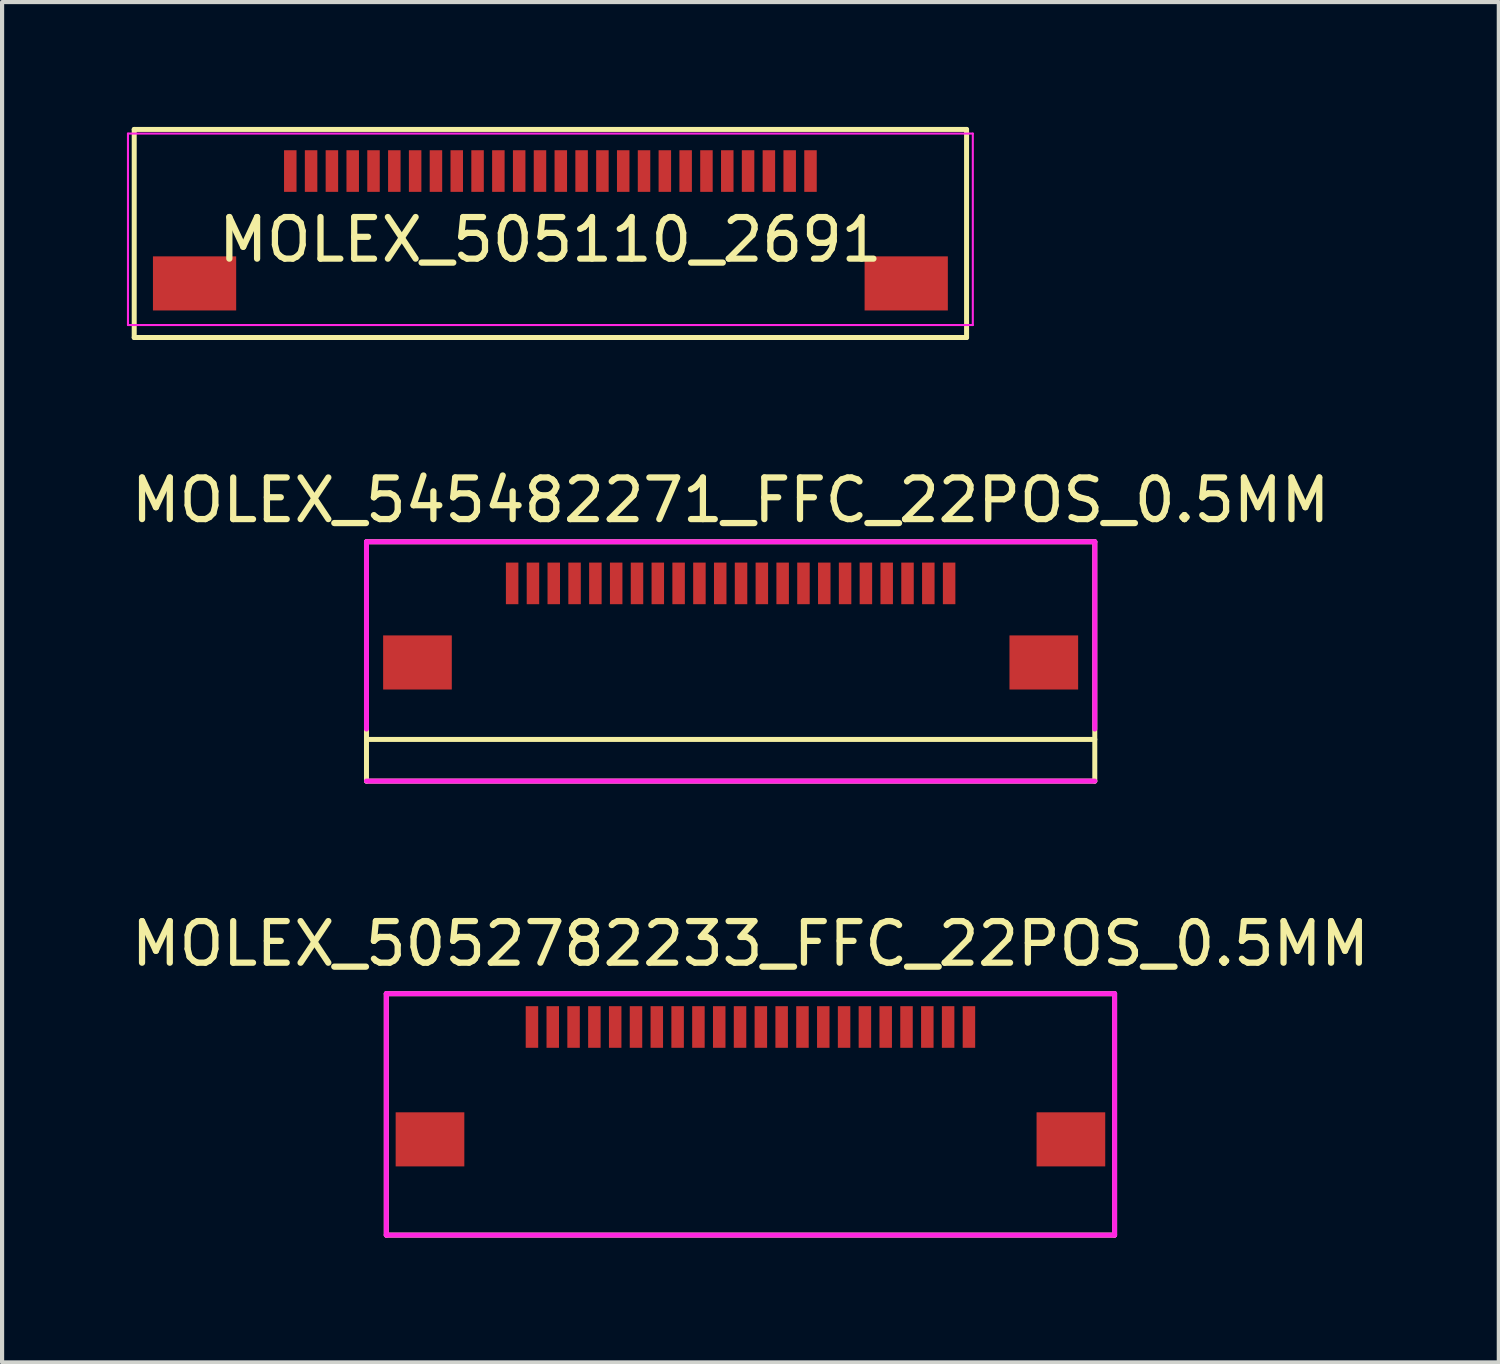
<source format=kicad_pcb>
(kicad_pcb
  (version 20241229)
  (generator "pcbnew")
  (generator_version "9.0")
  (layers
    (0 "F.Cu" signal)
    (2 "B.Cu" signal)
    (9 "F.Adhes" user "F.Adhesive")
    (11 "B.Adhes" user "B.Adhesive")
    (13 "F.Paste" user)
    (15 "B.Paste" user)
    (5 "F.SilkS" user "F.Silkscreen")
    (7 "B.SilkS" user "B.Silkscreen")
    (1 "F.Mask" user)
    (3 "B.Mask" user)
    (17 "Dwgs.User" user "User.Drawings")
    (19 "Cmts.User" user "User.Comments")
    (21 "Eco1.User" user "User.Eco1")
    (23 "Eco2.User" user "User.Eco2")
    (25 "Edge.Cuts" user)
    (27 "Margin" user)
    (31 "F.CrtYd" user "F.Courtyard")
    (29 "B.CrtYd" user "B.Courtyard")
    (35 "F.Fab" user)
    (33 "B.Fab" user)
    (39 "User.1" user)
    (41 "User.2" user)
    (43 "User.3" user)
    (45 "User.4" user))
  (footprint "MOLEX_505110_2691"
    (layer "F.Cu")
    (at 10.175 1.06)
    (property "Reference" "MOLEX_505110_2691" (at 0 1.65 0) (layer "F.SilkS") (effects (font (size 1 1) (thickness 0.15))))
    (attr smd)
    (fp_line (start -10 4) (end -10 -1) (stroke (width 0.12) (type solid)) (layer "F.SilkS"))
    (fp_line (start 10 -1) (end -10 -1) (stroke (width 0.12) (type solid)) (layer "F.SilkS"))
    (fp_line (start 10 4) (end -10 4) (stroke (width 0.12) (type solid)) (layer "F.SilkS"))
    (fp_line (start 10 4) (end 10 -1) (stroke (width 0.12) (type solid)) (layer "F.SilkS"))
    (fp_line (start -10.15 -0.9) (end -10.15 3.7) (stroke (width 0.05) (type solid)) (layer "F.CrtYd"))
    (fp_line (start -10.15 -0.9) (end 10.15 -0.9) (stroke (width 0.05) (type solid)) (layer "F.CrtYd"))
    (fp_line (start -10.15 3.7) (end 10.15 3.7) (stroke (width 0.05) (type solid)) (layer "F.CrtYd"))
    (fp_line (start 10.15 -0.9) (end 10.15 3.7) (stroke (width 0.05) (type solid)) (layer "F.CrtYd"))
    (pad "1" smd rect (at -6.25 0) (size 0.3 1) (layers "F.Cu" "F.Mask" "F.Paste"))
    (pad "2" smd rect (at -5.75 0) (size 0.3 1) (layers "F.Cu" "F.Mask" "F.Paste"))
    (pad "3" smd rect (at -5.25 0) (size 0.3 1) (layers "F.Cu" "F.Mask" "F.Paste"))
    (pad "4" smd rect (at -4.75 0) (size 0.3 1) (layers "F.Cu" "F.Mask" "F.Paste"))
    (pad "5" smd rect (at -4.25 0) (size 0.3 1) (layers "F.Cu" "F.Mask" "F.Paste"))
    (pad "6" smd rect (at -3.75 0) (size 0.3 1) (layers "F.Cu" "F.Mask" "F.Paste"))
    (pad "7" smd rect (at -3.25 0) (size 0.3 1) (layers "F.Cu" "F.Mask" "F.Paste"))
    (pad "8" smd rect (at -2.75 0) (size 0.3 1) (layers "F.Cu" "F.Mask" "F.Paste"))
    (pad "9" smd rect (at -2.25 0) (size 0.3 1) (layers "F.Cu" "F.Mask" "F.Paste"))
    (pad "10" smd rect (at -1.75 0) (size 0.3 1) (layers "F.Cu" "F.Mask" "F.Paste"))
    (pad "11" smd rect (at -1.25 0) (size 0.3 1) (layers "F.Cu" "F.Mask" "F.Paste"))
    (pad "12" smd rect (at -0.75 0) (size 0.3 1) (layers "F.Cu" "F.Mask" "F.Paste"))
    (pad "13" smd rect (at -0.25 0) (size 0.3 1) (layers "F.Cu" "F.Mask" "F.Paste"))
    (pad "14" smd rect (at 0.25 0) (size 0.3 1) (layers "F.Cu" "F.Mask" "F.Paste"))
    (pad "15" smd rect (at 0.75 0) (size 0.3 1) (layers "F.Cu" "F.Mask" "F.Paste"))
    (pad "16" smd rect (at 1.25 0) (size 0.3 1) (layers "F.Cu" "F.Mask" "F.Paste"))
    (pad "17" smd rect (at 1.75 0) (size 0.3 1) (layers "F.Cu" "F.Mask" "F.Paste"))
    (pad "18" smd rect (at 2.25 0) (size 0.3 1) (layers "F.Cu" "F.Mask" "F.Paste"))
    (pad "19" smd rect (at 2.75 0) (size 0.3 1) (layers "F.Cu" "F.Mask" "F.Paste"))
    (pad "20" smd rect (at 3.25 0) (size 0.3 1) (layers "F.Cu" "F.Mask" "F.Paste"))
    (pad "21" smd rect (at 3.75 0) (size 0.3 1) (layers "F.Cu" "F.Mask" "F.Paste"))
    (pad "22" smd rect (at 4.25 0) (size 0.3 1) (layers "F.Cu" "F.Mask" "F.Paste"))
    (pad "23" smd rect (at 4.75 0) (size 0.3 1) (layers "F.Cu" "F.Mask" "F.Paste"))
    (pad "24" smd rect (at 5.25 0) (size 0.3 1) (layers "F.Cu" "F.Mask" "F.Paste"))
    (pad "25" smd rect (at 5.75 0) (size 0.3 1) (layers "F.Cu" "F.Mask" "F.Paste"))
    (pad "26" smd rect (at 6.25 0) (size 0.3 1) (layers "F.Cu" "F.Mask" "F.Paste"))
    (pad "27" smd rect (at -8.55 2.7) (size 2 1.3) (layers "F.Cu" "F.Mask" "F.Paste"))
    (pad "27" smd rect (at 8.55 2.7) (size 2 1.3) (layers "F.Cu" "F.Mask" "F.Paste")))
  (footprint "MOLEX_545482271_FFC_22POS_0.5MM"
    (layer "F.Cu")
    (at 14.506 10.968)
    (property "Reference" "MOLEX_545482271_FFC_22POS_0.5MM" (at 0 -2 0) (unlocked yes) (layer "F.SilkS") (effects (font (size 1 1) (thickness 0.15))))
    (attr smd)
    (fp_line (start -8.75 -1) (end -8.75 4.75) (stroke (width 0.12) (type solid)) (layer "F.SilkS"))
    (fp_line (start -8.75 -1) (end 8.75 -1) (stroke (width 0.12) (type solid)) (layer "F.SilkS"))
    (fp_line (start -8.75 3.75) (end 8.75 3.75) (stroke (width 0.12) (type solid)) (layer "F.SilkS"))
    (fp_line (start -8.75 4.75) (end 8.75 4.75) (stroke (width 0.12) (type solid)) (layer "F.SilkS"))
    (fp_line (start 8.75 -1) (end 8.75 4.75) (stroke (width 0.12) (type solid)) (layer "F.SilkS"))
    (fp_line (start -8.75 -1) (end -8.75 3.5) (stroke (width 0.12) (type solid)) (layer "F.CrtYd"))
    (fp_line (start -8.75 -1) (end 8.75 -1) (stroke (width 0.12) (type solid)) (layer "F.CrtYd"))
    (fp_line (start -8.75 4.75) (end 8.75 4.75) (stroke (width 0.12) (type solid)) (layer "F.CrtYd"))
    (fp_line (start 8.75 -1) (end 8.75 3.5) (stroke (width 0.12) (type solid)) (layer "F.CrtYd"))
    (pad "1" smd rect (at -5.25 0) (size 0.3 1) (layers "F.Cu" "F.Mask" "F.Paste"))
    (pad "2" smd rect (at -4.75 0) (size 0.3 1) (layers "F.Cu" "F.Mask" "F.Paste"))
    (pad "3" smd rect (at -4.25 0) (size 0.3 1) (layers "F.Cu" "F.Mask" "F.Paste"))
    (pad "4" smd rect (at -3.75 0) (size 0.3 1) (layers "F.Cu" "F.Mask" "F.Paste"))
    (pad "5" smd rect (at -3.25 0) (size 0.3 1) (layers "F.Cu" "F.Mask" "F.Paste"))
    (pad "6" smd rect (at -2.75 0) (size 0.3 1) (layers "F.Cu" "F.Mask" "F.Paste"))
    (pad "7" smd rect (at -2.25 0) (size 0.3 1) (layers "F.Cu" "F.Mask" "F.Paste"))
    (pad "8" smd rect (at -1.75 0) (size 0.3 1) (layers "F.Cu" "F.Mask" "F.Paste"))
    (pad "9" smd rect (at -1.25 0) (size 0.3 1) (layers "F.Cu" "F.Mask" "F.Paste"))
    (pad "10" smd rect (at -0.75 0) (size 0.3 1) (layers "F.Cu" "F.Mask" "F.Paste"))
    (pad "11" smd rect (at -0.25 0) (size 0.3 1) (layers "F.Cu" "F.Mask" "F.Paste"))
    (pad "12" smd rect (at 0.25 0) (size 0.3 1) (layers "F.Cu" "F.Mask" "F.Paste"))
    (pad "13" smd rect (at 0.75 0) (size 0.3 1) (layers "F.Cu" "F.Mask" "F.Paste"))
    (pad "14" smd rect (at 1.25 0) (size 0.3 1) (layers "F.Cu" "F.Mask" "F.Paste"))
    (pad "15" smd rect (at 1.75 0) (size 0.3 1) (layers "F.Cu" "F.Mask" "F.Paste"))
    (pad "16" smd rect (at 2.25 0) (size 0.3 1) (layers "F.Cu" "F.Mask" "F.Paste"))
    (pad "17" smd rect (at 2.75 0) (size 0.3 1) (layers "F.Cu" "F.Mask" "F.Paste"))
    (pad "18" smd rect (at 3.25 0) (size 0.3 1) (layers "F.Cu" "F.Mask" "F.Paste"))
    (pad "19" smd rect (at 3.75 0) (size 0.3 1) (layers "F.Cu" "F.Mask" "F.Paste"))
    (pad "20" smd rect (at 4.25 0) (size 0.3 1) (layers "F.Cu" "F.Mask" "F.Paste"))
    (pad "21" smd rect (at 4.75 0) (size 0.3 1) (layers "F.Cu" "F.Mask" "F.Paste"))
    (pad "22" smd rect (at 5.25 0) (size 0.3 1) (layers "F.Cu" "F.Mask" "F.Paste"))
    (pad "23" smd rect (at -7.525 1.9) (size 1.65 1.3) (layers "F.Cu" "F.Mask" "F.Paste"))
    (pad "23" smd rect (at 7.525 1.9) (size 1.65 1.3) (layers "F.Cu" "F.Mask" "F.Paste")))
  (footprint "MOLEX_5052782233_FFC_22POS_0.5MM"
    (layer "F.Cu")
    (at 14.982 21.627)
    (property "Reference" "MOLEX_5052782233_FFC_22POS_0.5MM" (at 0 -2 0) (unlocked yes) (layer "F.SilkS") (effects (font (size 1 1) (thickness 0.15))))
    (attr smd)
    (fp_line (start -8.75 -0.8) (end -8.75 5) (stroke (width 0.12) (type solid)) (layer "F.SilkS"))
    (fp_line (start -8.75 -0.8) (end 8.75 -0.8) (stroke (width 0.12) (type solid)) (layer "F.SilkS"))
    (fp_line (start -8.75 5) (end 8.75 5) (stroke (width 0.12) (type solid)) (layer "F.SilkS"))
    (fp_line (start 8.75 -0.8) (end 8.75 5) (stroke (width 0.12) (type solid)) (layer "F.SilkS"))
    (fp_line (start -8.75 -0.8) (end -8.75 5) (stroke (width 0.12) (type solid)) (layer "F.CrtYd"))
    (fp_line (start -8.75 -0.8) (end 8.75 -0.8) (stroke (width 0.12) (type solid)) (layer "F.CrtYd"))
    (fp_line (start -8.75 5) (end 8.75 5) (stroke (width 0.12) (type solid)) (layer "F.CrtYd"))
    (fp_line (start 8.75 -0.8) (end 8.75 5) (stroke (width 0.12) (type solid)) (layer "F.CrtYd"))
    (pad "1" smd rect (at -5.25 0) (size 0.3 1) (layers "F.Cu" "F.Mask" "F.Paste"))
    (pad "2" smd rect (at -4.75 0) (size 0.3 1) (layers "F.Cu" "F.Mask" "F.Paste"))
    (pad "3" smd rect (at -4.25 0) (size 0.3 1) (layers "F.Cu" "F.Mask" "F.Paste"))
    (pad "4" smd rect (at -3.75 0) (size 0.3 1) (layers "F.Cu" "F.Mask" "F.Paste"))
    (pad "5" smd rect (at -3.25 0) (size 0.3 1) (layers "F.Cu" "F.Mask" "F.Paste"))
    (pad "6" smd rect (at -2.75 0) (size 0.3 1) (layers "F.Cu" "F.Mask" "F.Paste"))
    (pad "7" smd rect (at -2.25 0) (size 0.3 1) (layers "F.Cu" "F.Mask" "F.Paste"))
    (pad "8" smd rect (at -1.75 0) (size 0.3 1) (layers "F.Cu" "F.Mask" "F.Paste"))
    (pad "9" smd rect (at -1.25 0) (size 0.3 1) (layers "F.Cu" "F.Mask" "F.Paste"))
    (pad "10" smd rect (at -0.75 0) (size 0.3 1) (layers "F.Cu" "F.Mask" "F.Paste"))
    (pad "11" smd rect (at -0.25 0) (size 0.3 1) (layers "F.Cu" "F.Mask" "F.Paste"))
    (pad "12" smd rect (at 0.25 0) (size 0.3 1) (layers "F.Cu" "F.Mask" "F.Paste"))
    (pad "13" smd rect (at 0.75 0) (size 0.3 1) (layers "F.Cu" "F.Mask" "F.Paste"))
    (pad "14" smd rect (at 1.25 0) (size 0.3 1) (layers "F.Cu" "F.Mask" "F.Paste"))
    (pad "15" smd rect (at 1.75 0) (size 0.3 1) (layers "F.Cu" "F.Mask" "F.Paste"))
    (pad "16" smd rect (at 2.25 0) (size 0.3 1) (layers "F.Cu" "F.Mask" "F.Paste"))
    (pad "17" smd rect (at 2.75 0) (size 0.3 1) (layers "F.Cu" "F.Mask" "F.Paste"))
    (pad "18" smd rect (at 3.25 0) (size 0.3 1) (layers "F.Cu" "F.Mask" "F.Paste"))
    (pad "19" smd rect (at 3.75 0) (size 0.3 1) (layers "F.Cu" "F.Mask" "F.Paste"))
    (pad "20" smd rect (at 4.25 0) (size 0.3 1) (layers "F.Cu" "F.Mask" "F.Paste"))
    (pad "21" smd rect (at 4.75 0) (size 0.3 1) (layers "F.Cu" "F.Mask" "F.Paste"))
    (pad "22" smd rect (at 5.25 0) (size 0.3 1) (layers "F.Cu" "F.Mask" "F.Paste"))
    (pad "23" smd rect (at -7.7 2.7) (size 1.65 1.3) (layers "F.Cu" "F.Mask" "F.Paste"))
    (pad "23" smd rect (at 7.7 2.7) (size 1.65 1.3) (layers "F.Cu" "F.Mask" "F.Paste")))
  (gr_rect
    (start -3 -3)
    (end 32.964 29.686)
    (stroke (width 0.1) (type default))
    (fill no)
    (layer "Edge.Cuts")))
</source>
